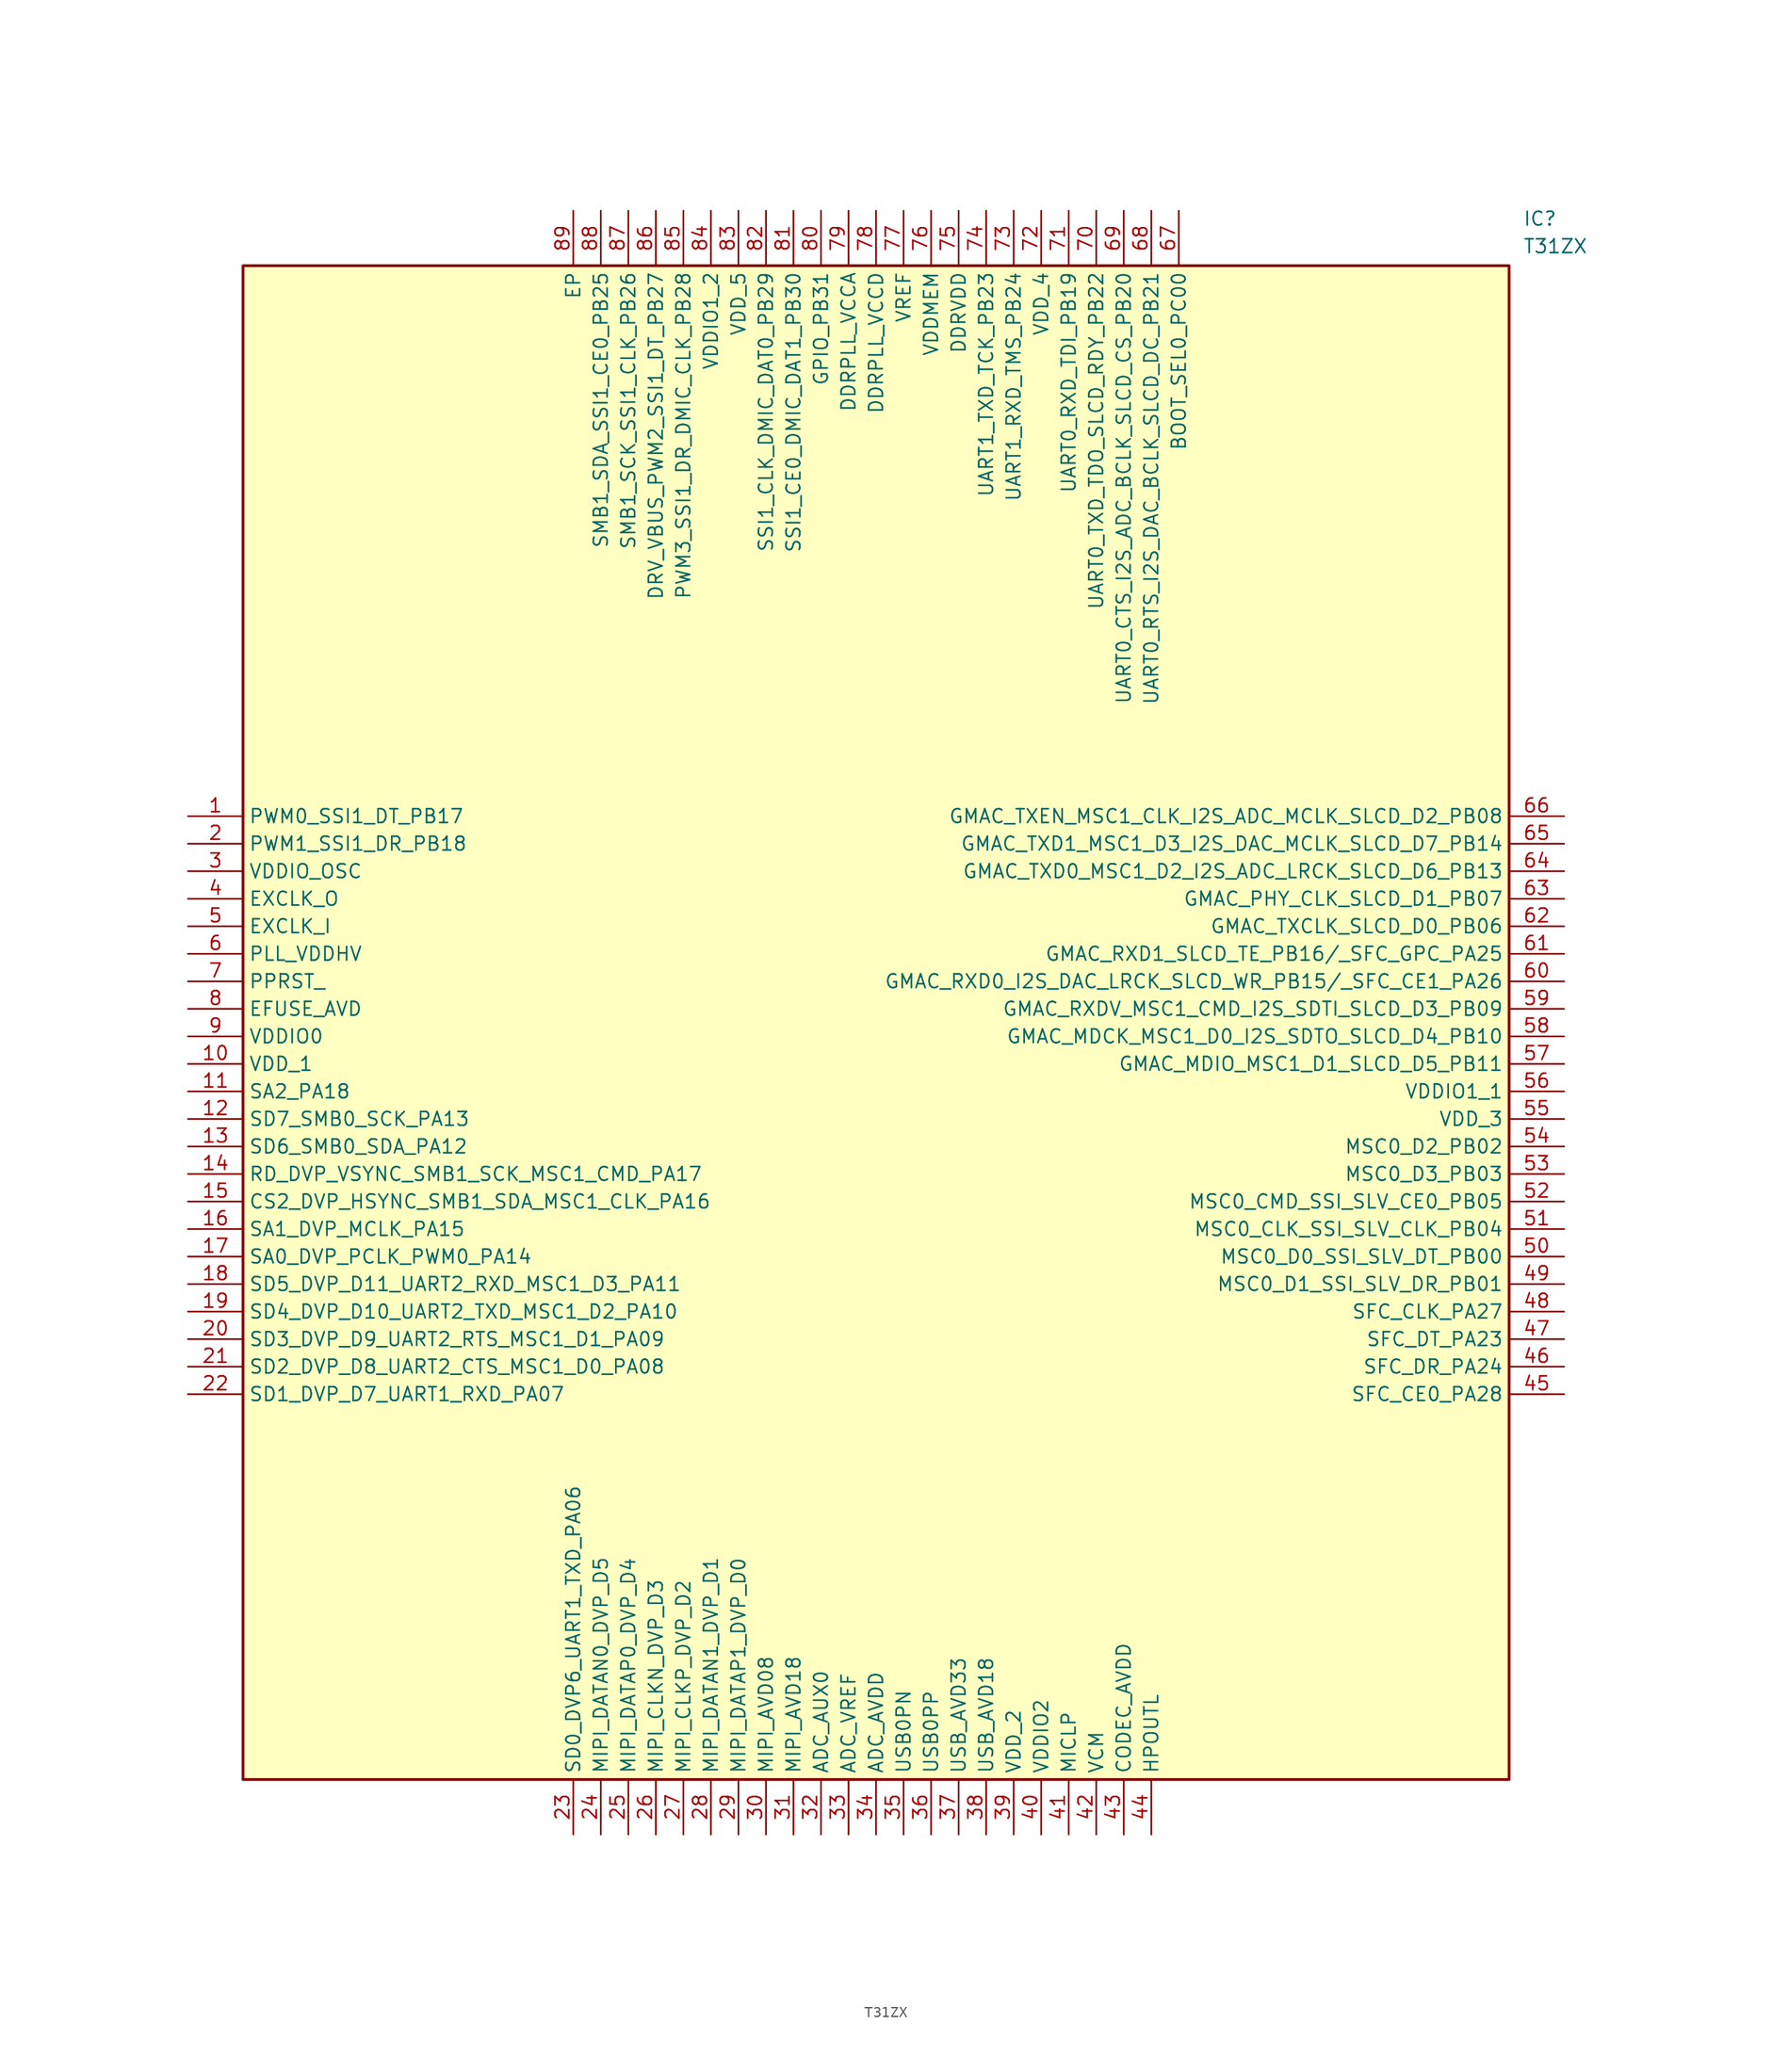
<source format=kicad_sym>
(kicad_symbol_lib
  (version 20211014)
  (generator SamacSys_ECAD_Model)
  (symbol "T31ZX"
    (property "Reference" "IC"
      (at 123.19 55.88 0)
      (effects (font (size 1.27 1.27)) (justify left top)))
    (property "Value" "T31ZX"
      (at 123.19 53.34 0)
      (effects (font (size 1.27 1.27)) (justify left top)))
    (rectangle
      (start 5.08 50.8)
      (end 121.92 -88.9)
      (stroke (width 0.254) (type default))
      (fill (type background)))
    (pin passive line
      (at 0 0 0)
      (length 5.08)
      (name "PWM0_SSI1_DT_PB17" (effects (font (size 1.27 1.27))))
      (number "1" (effects (font (size 1.27 1.27)))))
    (pin passive line
      (at 0 -2.54 0)
      (length 5.08)
      (name "PWM1_SSI1_DR_PB18" (effects (font (size 1.27 1.27))))
      (number "2" (effects (font (size 1.27 1.27)))))
    (pin passive line
      (at 0 -5.08 0)
      (length 5.08)
      (name "VDDIO_OSC" (effects (font (size 1.27 1.27))))
      (number "3" (effects (font (size 1.27 1.27)))))
    (pin passive line
      (at 0 -7.62 0)
      (length 5.08)
      (name "EXCLK_O" (effects (font (size 1.27 1.27))))
      (number "4" (effects (font (size 1.27 1.27)))))
    (pin passive line
      (at 0 -10.16 0)
      (length 5.08)
      (name "EXCLK_I" (effects (font (size 1.27 1.27))))
      (number "5" (effects (font (size 1.27 1.27)))))
    (pin passive line
      (at 0 -12.7 0)
      (length 5.08)
      (name "PLL_VDDHV" (effects (font (size 1.27 1.27))))
      (number "6" (effects (font (size 1.27 1.27)))))
    (pin passive line
      (at 0 -15.24 0)
      (length 5.08)
      (name "PPRST_" (effects (font (size 1.27 1.27))))
      (number "7" (effects (font (size 1.27 1.27)))))
    (pin passive line
      (at 0 -17.78 0)
      (length 5.08)
      (name "EFUSE_AVD" (effects (font (size 1.27 1.27))))
      (number "8" (effects (font (size 1.27 1.27)))))
    (pin passive line
      (at 0 -20.32 0)
      (length 5.08)
      (name "VDDIO0" (effects (font (size 1.27 1.27))))
      (number "9" (effects (font (size 1.27 1.27)))))
    (pin passive line
      (at 0 -22.86 0)
      (length 5.08)
      (name "VDD_1" (effects (font (size 1.27 1.27))))
      (number "10" (effects (font (size 1.27 1.27)))))
    (pin passive line
      (at 0 -25.4 0)
      (length 5.08)
      (name "SA2_PA18" (effects (font (size 1.27 1.27))))
      (number "11" (effects (font (size 1.27 1.27)))))
    (pin passive line
      (at 0 -27.94 0)
      (length 5.08)
      (name "SD7_SMB0_SCK_PA13" (effects (font (size 1.27 1.27))))
      (number "12" (effects (font (size 1.27 1.27)))))
    (pin passive line
      (at 0 -30.48 0)
      (length 5.08)
      (name "SD6_SMB0_SDA_PA12" (effects (font (size 1.27 1.27))))
      (number "13" (effects (font (size 1.27 1.27)))))
    (pin passive line
      (at 0 -33.02 0)
      (length 5.08)
      (name "RD_DVP_VSYNC_SMB1_SCK_MSC1_CMD_PA17" (effects (font (size 1.27 1.27))))
      (number "14" (effects (font (size 1.27 1.27)))))
    (pin passive line
      (at 0 -35.56 0)
      (length 5.08)
      (name "CS2_DVP_HSYNC_SMB1_SDA_MSC1_CLK_PA16" (effects (font (size 1.27 1.27))))
      (number "15" (effects (font (size 1.27 1.27)))))
    (pin passive line
      (at 0 -38.1 0)
      (length 5.08)
      (name "SA1_DVP_MCLK_PA15" (effects (font (size 1.27 1.27))))
      (number "16" (effects (font (size 1.27 1.27)))))
    (pin passive line
      (at 0 -40.64 0)
      (length 5.08)
      (name "SA0_DVP_PCLK_PWM0_PA14" (effects (font (size 1.27 1.27))))
      (number "17" (effects (font (size 1.27 1.27)))))
    (pin passive line
      (at 0 -43.18 0)
      (length 5.08)
      (name "SD5_DVP_D11_UART2_RXD_MSC1_D3_PA11" (effects (font (size 1.27 1.27))))
      (number "18" (effects (font (size 1.27 1.27)))))
    (pin passive line
      (at 0 -45.72 0)
      (length 5.08)
      (name "SD4_DVP_D10_UART2_TXD_MSC1_D2_PA10" (effects (font (size 1.27 1.27))))
      (number "19" (effects (font (size 1.27 1.27)))))
    (pin passive line
      (at 0 -48.26 0)
      (length 5.08)
      (name "SD3_DVP_D9_UART2_RTS_MSC1_D1_PA09" (effects (font (size 1.27 1.27))))
      (number "20" (effects (font (size 1.27 1.27)))))
    (pin passive line
      (at 0 -50.8 0)
      (length 5.08)
      (name "SD2_DVP_D8_UART2_CTS_MSC1_D0_PA08" (effects (font (size 1.27 1.27))))
      (number "21" (effects (font (size 1.27 1.27)))))
    (pin passive line
      (at 0 -53.34 0)
      (length 5.08)
      (name "SD1_DVP_D7_UART1_RXD_PA07" (effects (font (size 1.27 1.27))))
      (number "22" (effects (font (size 1.27 1.27)))))
    (pin passive line
      (at 35.56 -93.98 90)
      (length 5.08)
      (name "SD0_DVP6_UART1_TXD_PA06" (effects (font (size 1.27 1.27))))
      (number "23" (effects (font (size 1.27 1.27)))))
    (pin passive line
      (at 38.1 -93.98 90)
      (length 5.08)
      (name "MIPI_DATAN0_DVP_D5" (effects (font (size 1.27 1.27))))
      (number "24" (effects (font (size 1.27 1.27)))))
    (pin passive line
      (at 40.64 -93.98 90)
      (length 5.08)
      (name "MIPI_DATAP0_DVP_D4" (effects (font (size 1.27 1.27))))
      (number "25" (effects (font (size 1.27 1.27)))))
    (pin passive line
      (at 43.18 -93.98 90)
      (length 5.08)
      (name "MIPI_CLKN_DVP_D3" (effects (font (size 1.27 1.27))))
      (number "26" (effects (font (size 1.27 1.27)))))
    (pin passive line
      (at 45.72 -93.98 90)
      (length 5.08)
      (name "MIPI_CLKP_DVP_D2" (effects (font (size 1.27 1.27))))
      (number "27" (effects (font (size 1.27 1.27)))))
    (pin passive line
      (at 48.26 -93.98 90)
      (length 5.08)
      (name "MIPI_DATAN1_DVP_D1" (effects (font (size 1.27 1.27))))
      (number "28" (effects (font (size 1.27 1.27)))))
    (pin passive line
      (at 50.8 -93.98 90)
      (length 5.08)
      (name "MIPI_DATAP1_DVP_D0" (effects (font (size 1.27 1.27))))
      (number "29" (effects (font (size 1.27 1.27)))))
    (pin passive line
      (at 53.34 -93.98 90)
      (length 5.08)
      (name "MIPI_AVD08" (effects (font (size 1.27 1.27))))
      (number "30" (effects (font (size 1.27 1.27)))))
    (pin passive line
      (at 55.88 -93.98 90)
      (length 5.08)
      (name "MIPI_AVD18" (effects (font (size 1.27 1.27))))
      (number "31" (effects (font (size 1.27 1.27)))))
    (pin passive line
      (at 58.42 -93.98 90)
      (length 5.08)
      (name "ADC_AUX0" (effects (font (size 1.27 1.27))))
      (number "32" (effects (font (size 1.27 1.27)))))
    (pin passive line
      (at 60.96 -93.98 90)
      (length 5.08)
      (name "ADC_VREF" (effects (font (size 1.27 1.27))))
      (number "33" (effects (font (size 1.27 1.27)))))
    (pin passive line
      (at 63.5 -93.98 90)
      (length 5.08)
      (name "ADC_AVDD" (effects (font (size 1.27 1.27))))
      (number "34" (effects (font (size 1.27 1.27)))))
    (pin passive line
      (at 66.04 -93.98 90)
      (length 5.08)
      (name "USB0PN" (effects (font (size 1.27 1.27))))
      (number "35" (effects (font (size 1.27 1.27)))))
    (pin passive line
      (at 68.58 -93.98 90)
      (length 5.08)
      (name "USB0PP" (effects (font (size 1.27 1.27))))
      (number "36" (effects (font (size 1.27 1.27)))))
    (pin passive line
      (at 71.12 -93.98 90)
      (length 5.08)
      (name "USB_AVD33" (effects (font (size 1.27 1.27))))
      (number "37" (effects (font (size 1.27 1.27)))))
    (pin passive line
      (at 73.66 -93.98 90)
      (length 5.08)
      (name "USB_AVD18" (effects (font (size 1.27 1.27))))
      (number "38" (effects (font (size 1.27 1.27)))))
    (pin passive line
      (at 76.2 -93.98 90)
      (length 5.08)
      (name "VDD_2" (effects (font (size 1.27 1.27))))
      (number "39" (effects (font (size 1.27 1.27)))))
    (pin passive line
      (at 78.74 -93.98 90)
      (length 5.08)
      (name "VDDIO2" (effects (font (size 1.27 1.27))))
      (number "40" (effects (font (size 1.27 1.27)))))
    (pin passive line
      (at 81.28 -93.98 90)
      (length 5.08)
      (name "MICLP" (effects (font (size 1.27 1.27))))
      (number "41" (effects (font (size 1.27 1.27)))))
    (pin passive line
      (at 83.82 -93.98 90)
      (length 5.08)
      (name "VCM" (effects (font (size 1.27 1.27))))
      (number "42" (effects (font (size 1.27 1.27)))))
    (pin passive line
      (at 86.36 -93.98 90)
      (length 5.08)
      (name "CODEC_AVDD" (effects (font (size 1.27 1.27))))
      (number "43" (effects (font (size 1.27 1.27)))))
    (pin passive line
      (at 88.9 -93.98 90)
      (length 5.08)
      (name "HPOUTL" (effects (font (size 1.27 1.27))))
      (number "44" (effects (font (size 1.27 1.27)))))
    (pin passive line
      (at 127 0 180)
      (length 5.08)
      (name "GMAC_TXEN_MSC1_CLK_I2S_ADC_MCLK_SLCD_D2_PB08" (effects (font (size 1.27 1.27))))
      (number "66" (effects (font (size 1.27 1.27)))))
    (pin passive line
      (at 127 -2.54 180)
      (length 5.08)
      (name "GMAC_TXD1_MSC1_D3_I2S_DAC_MCLK_SLCD_D7_PB14" (effects (font (size 1.27 1.27))))
      (number "65" (effects (font (size 1.27 1.27)))))
    (pin passive line
      (at 127 -5.08 180)
      (length 5.08)
      (name "GMAC_TXD0_MSC1_D2_I2S_ADC_LRCK_SLCD_D6_PB13" (effects (font (size 1.27 1.27))))
      (number "64" (effects (font (size 1.27 1.27)))))
    (pin passive line
      (at 127 -7.62 180)
      (length 5.08)
      (name "GMAC_PHY_CLK_SLCD_D1_PB07" (effects (font (size 1.27 1.27))))
      (number "63" (effects (font (size 1.27 1.27)))))
    (pin passive line
      (at 127 -10.16 180)
      (length 5.08)
      (name "GMAC_TXCLK_SLCD_D0_PB06" (effects (font (size 1.27 1.27))))
      (number "62" (effects (font (size 1.27 1.27)))))
    (pin passive line
      (at 127 -12.7 180)
      (length 5.08)
      (name "GMAC_RXD1_SLCD_TE_PB16/_SFC_GPC_PA25" (effects (font (size 1.27 1.27))))
      (number "61" (effects (font (size 1.27 1.27)))))
    (pin passive line
      (at 127 -15.24 180)
      (length 5.08)
      (name "GMAC_RXD0_I2S_DAC_LRCK_SLCD_WR_PB15/_SFC_CE1_PA26" (effects (font (size 1.27 1.27))))
      (number "60" (effects (font (size 1.27 1.27)))))
    (pin passive line
      (at 127 -17.78 180)
      (length 5.08)
      (name "GMAC_RXDV_MSC1_CMD_I2S_SDTI_SLCD_D3_PB09" (effects (font (size 1.27 1.27))))
      (number "59" (effects (font (size 1.27 1.27)))))
    (pin passive line
      (at 127 -20.32 180)
      (length 5.08)
      (name "GMAC_MDCK_MSC1_D0_I2S_SDTO_SLCD_D4_PB10" (effects (font (size 1.27 1.27))))
      (number "58" (effects (font (size 1.27 1.27)))))
    (pin passive line
      (at 127 -22.86 180)
      (length 5.08)
      (name "GMAC_MDIO_MSC1_D1_SLCD_D5_PB11" (effects (font (size 1.27 1.27))))
      (number "57" (effects (font (size 1.27 1.27)))))
    (pin passive line
      (at 127 -25.4 180)
      (length 5.08)
      (name "VDDIO1_1" (effects (font (size 1.27 1.27))))
      (number "56" (effects (font (size 1.27 1.27)))))
    (pin passive line
      (at 127 -27.94 180)
      (length 5.08)
      (name "VDD_3" (effects (font (size 1.27 1.27))))
      (number "55" (effects (font (size 1.27 1.27)))))
    (pin passive line
      (at 127 -30.48 180)
      (length 5.08)
      (name "MSC0_D2_PB02" (effects (font (size 1.27 1.27))))
      (number "54" (effects (font (size 1.27 1.27)))))
    (pin passive line
      (at 127 -33.02 180)
      (length 5.08)
      (name "MSC0_D3_PB03" (effects (font (size 1.27 1.27))))
      (number "53" (effects (font (size 1.27 1.27)))))
    (pin passive line
      (at 127 -35.56 180)
      (length 5.08)
      (name "MSC0_CMD_SSI_SLV_CE0_PB05" (effects (font (size 1.27 1.27))))
      (number "52" (effects (font (size 1.27 1.27)))))
    (pin passive line
      (at 127 -38.1 180)
      (length 5.08)
      (name "MSC0_CLK_SSI_SLV_CLK_PB04" (effects (font (size 1.27 1.27))))
      (number "51" (effects (font (size 1.27 1.27)))))
    (pin passive line
      (at 127 -40.64 180)
      (length 5.08)
      (name "MSC0_D0_SSI_SLV_DT_PB00" (effects (font (size 1.27 1.27))))
      (number "50" (effects (font (size 1.27 1.27)))))
    (pin passive line
      (at 127 -43.18 180)
      (length 5.08)
      (name "MSC0_D1_SSI_SLV_DR_PB01" (effects (font (size 1.27 1.27))))
      (number "49" (effects (font (size 1.27 1.27)))))
    (pin passive line
      (at 127 -45.72 180)
      (length 5.08)
      (name "SFC_CLK_PA27" (effects (font (size 1.27 1.27))))
      (number "48" (effects (font (size 1.27 1.27)))))
    (pin passive line
      (at 127 -48.26 180)
      (length 5.08)
      (name "SFC_DT_PA23" (effects (font (size 1.27 1.27))))
      (number "47" (effects (font (size 1.27 1.27)))))
    (pin passive line
      (at 127 -50.8 180)
      (length 5.08)
      (name "SFC_DR_PA24" (effects (font (size 1.27 1.27))))
      (number "46" (effects (font (size 1.27 1.27)))))
    (pin passive line
      (at 127 -53.34 180)
      (length 5.08)
      (name "SFC_CE0_PA28" (effects (font (size 1.27 1.27))))
      (number "45" (effects (font (size 1.27 1.27)))))
    (pin passive line
      (at 35.56 55.88 270)
      (length 5.08)
      (name "EP" (effects (font (size 1.27 1.27))))
      (number "89" (effects (font (size 1.27 1.27)))))
    (pin passive line
      (at 38.1 55.88 270)
      (length 5.08)
      (name "SMB1_SDA_SSI1_CE0_PB25" (effects (font (size 1.27 1.27))))
      (number "88" (effects (font (size 1.27 1.27)))))
    (pin passive line
      (at 40.64 55.88 270)
      (length 5.08)
      (name "SMB1_SCK_SSI1_CLK_PB26" (effects (font (size 1.27 1.27))))
      (number "87" (effects (font (size 1.27 1.27)))))
    (pin passive line
      (at 43.18 55.88 270)
      (length 5.08)
      (name "DRV_VBUS_PWM2_SSI1_DT_PB27" (effects (font (size 1.27 1.27))))
      (number "86" (effects (font (size 1.27 1.27)))))
    (pin passive line
      (at 45.72 55.88 270)
      (length 5.08)
      (name "PWM3_SSI1_DR_DMIC_CLK_PB28" (effects (font (size 1.27 1.27))))
      (number "85" (effects (font (size 1.27 1.27)))))
    (pin passive line
      (at 48.26 55.88 270)
      (length 5.08)
      (name "VDDIO1_2" (effects (font (size 1.27 1.27))))
      (number "84" (effects (font (size 1.27 1.27)))))
    (pin passive line
      (at 50.8 55.88 270)
      (length 5.08)
      (name "VDD_5" (effects (font (size 1.27 1.27))))
      (number "83" (effects (font (size 1.27 1.27)))))
    (pin passive line
      (at 53.34 55.88 270)
      (length 5.08)
      (name "SSI1_CLK_DMIC_DAT0_PB29" (effects (font (size 1.27 1.27))))
      (number "82" (effects (font (size 1.27 1.27)))))
    (pin passive line
      (at 55.88 55.88 270)
      (length 5.08)
      (name "SSI1_CE0_DMIC_DAT1_PB30" (effects (font (size 1.27 1.27))))
      (number "81" (effects (font (size 1.27 1.27)))))
    (pin passive line
      (at 58.42 55.88 270)
      (length 5.08)
      (name "GPIO_PB31" (effects (font (size 1.27 1.27))))
      (number "80" (effects (font (size 1.27 1.27)))))
    (pin passive line
      (at 60.96 55.88 270)
      (length 5.08)
      (name "DDRPLL_VCCA" (effects (font (size 1.27 1.27))))
      (number "79" (effects (font (size 1.27 1.27)))))
    (pin passive line
      (at 63.5 55.88 270)
      (length 5.08)
      (name "DDRPLL_VCCD" (effects (font (size 1.27 1.27))))
      (number "78" (effects (font (size 1.27 1.27)))))
    (pin passive line
      (at 66.04 55.88 270)
      (length 5.08)
      (name "VREF" (effects (font (size 1.27 1.27))))
      (number "77" (effects (font (size 1.27 1.27)))))
    (pin passive line
      (at 68.58 55.88 270)
      (length 5.08)
      (name "VDDMEM" (effects (font (size 1.27 1.27))))
      (number "76" (effects (font (size 1.27 1.27)))))
    (pin passive line
      (at 71.12 55.88 270)
      (length 5.08)
      (name "DDRVDD" (effects (font (size 1.27 1.27))))
      (number "75" (effects (font (size 1.27 1.27)))))
    (pin passive line
      (at 73.66 55.88 270)
      (length 5.08)
      (name "UART1_TXD_TCK_PB23" (effects (font (size 1.27 1.27))))
      (number "74" (effects (font (size 1.27 1.27)))))
    (pin passive line
      (at 76.2 55.88 270)
      (length 5.08)
      (name "UART1_RXD_TMS_PB24" (effects (font (size 1.27 1.27))))
      (number "73" (effects (font (size 1.27 1.27)))))
    (pin passive line
      (at 78.74 55.88 270)
      (length 5.08)
      (name "VDD_4" (effects (font (size 1.27 1.27))))
      (number "72" (effects (font (size 1.27 1.27)))))
    (pin passive line
      (at 81.28 55.88 270)
      (length 5.08)
      (name "UART0_RXD_TDI_PB19" (effects (font (size 1.27 1.27))))
      (number "71" (effects (font (size 1.27 1.27)))))
    (pin passive line
      (at 83.82 55.88 270)
      (length 5.08)
      (name "UART0_TXD_TDO_SLCD_RDY_PB22" (effects (font (size 1.27 1.27))))
      (number "70" (effects (font (size 1.27 1.27)))))
    (pin passive line
      (at 86.36 55.88 270)
      (length 5.08)
      (name "UART0_CTS_I2S_ADC_BCLK_SLCD_CS_PB20" (effects (font (size 1.27 1.27))))
      (number "69" (effects (font (size 1.27 1.27)))))
    (pin passive line
      (at 88.9 55.88 270)
      (length 5.08)
      (name "UART0_RTS_I2S_DAC_BCLK_SLCD_DC_PB21" (effects (font (size 1.27 1.27))))
      (number "68" (effects (font (size 1.27 1.27)))))
    (pin passive line
      (at 91.44 55.88 270)
      (length 5.08)
      (name "BOOT_SEL0_PC00" (effects (font (size 1.27 1.27))))
      (number "67" (effects (font (size 1.27 1.27)))))))
</source>
